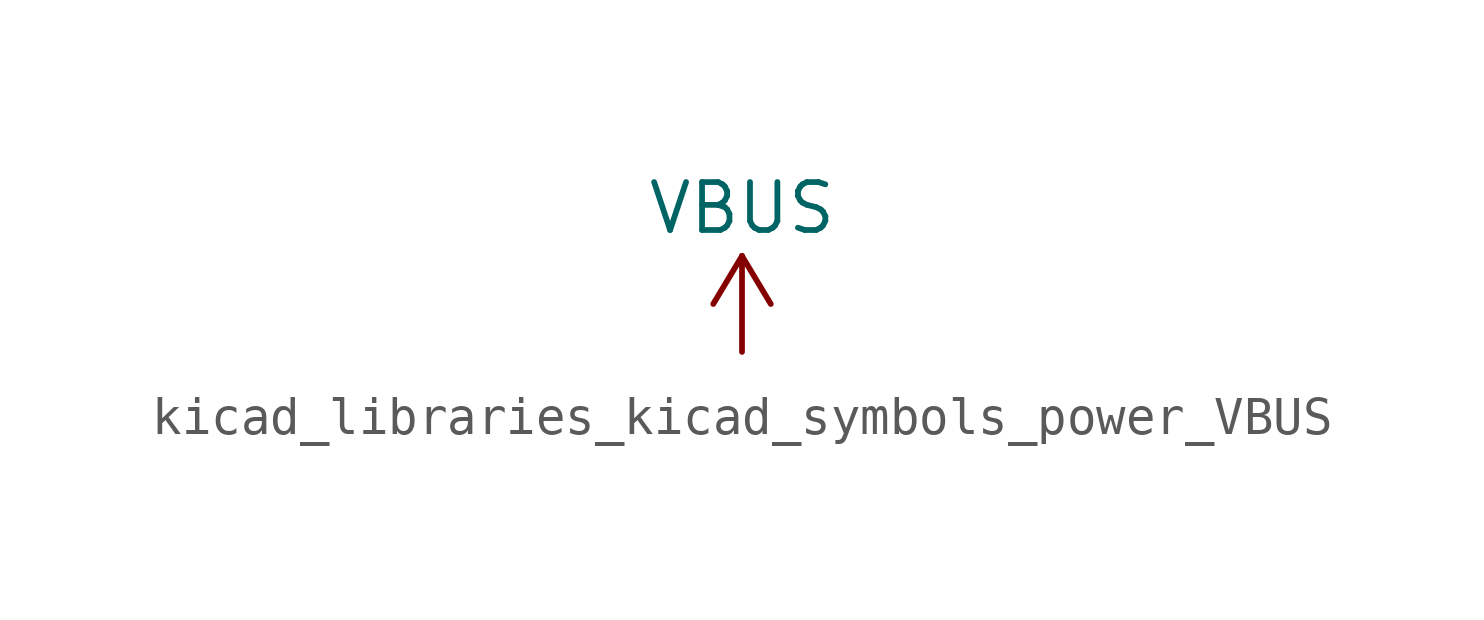
<source format=kicad_sym>
(kicad_symbol_lib
  (version 20220914)
  (generator kicad_symbol_editor)
  (symbol "kicad_libraries_kicad_symbols_power_VBUS"
    (power)
    (pin_names
      (offset 0))
    (property "Reference" "#PWR"
      (at 0 -3.81 0)
      (effects (font (size 1.27 1.27)) hide))
    (property "Value" "VBUS"
      (at 0 3.81 0)
      (effects (font (size 1.27 1.27))))
    (symbol "kicad_libraries_kicad_symbols_power_VBUS_0_1"
      (polyline (pts (xy -0.762 1.27) (xy 0 2.54)) (stroke (width 0) (type default)) (fill (type none)))
      (polyline (pts (xy 0 0) (xy 0 2.54)) (stroke (width 0) (type default)) (fill (type none)))
      (polyline (pts (xy 0 2.54) (xy 0.762 1.27)) (stroke (width 0) (type default)) (fill (type none))))
    (symbol "kicad_libraries_kicad_symbols_power_VBUS_1_1"
      (pin power_in line (at 0 0 90) (length 0) hide (name "VBUS" (effects (font (size 1.27 1.27)))) (number "1" (effects (font (size 1.27 1.27))))))))
</source>
